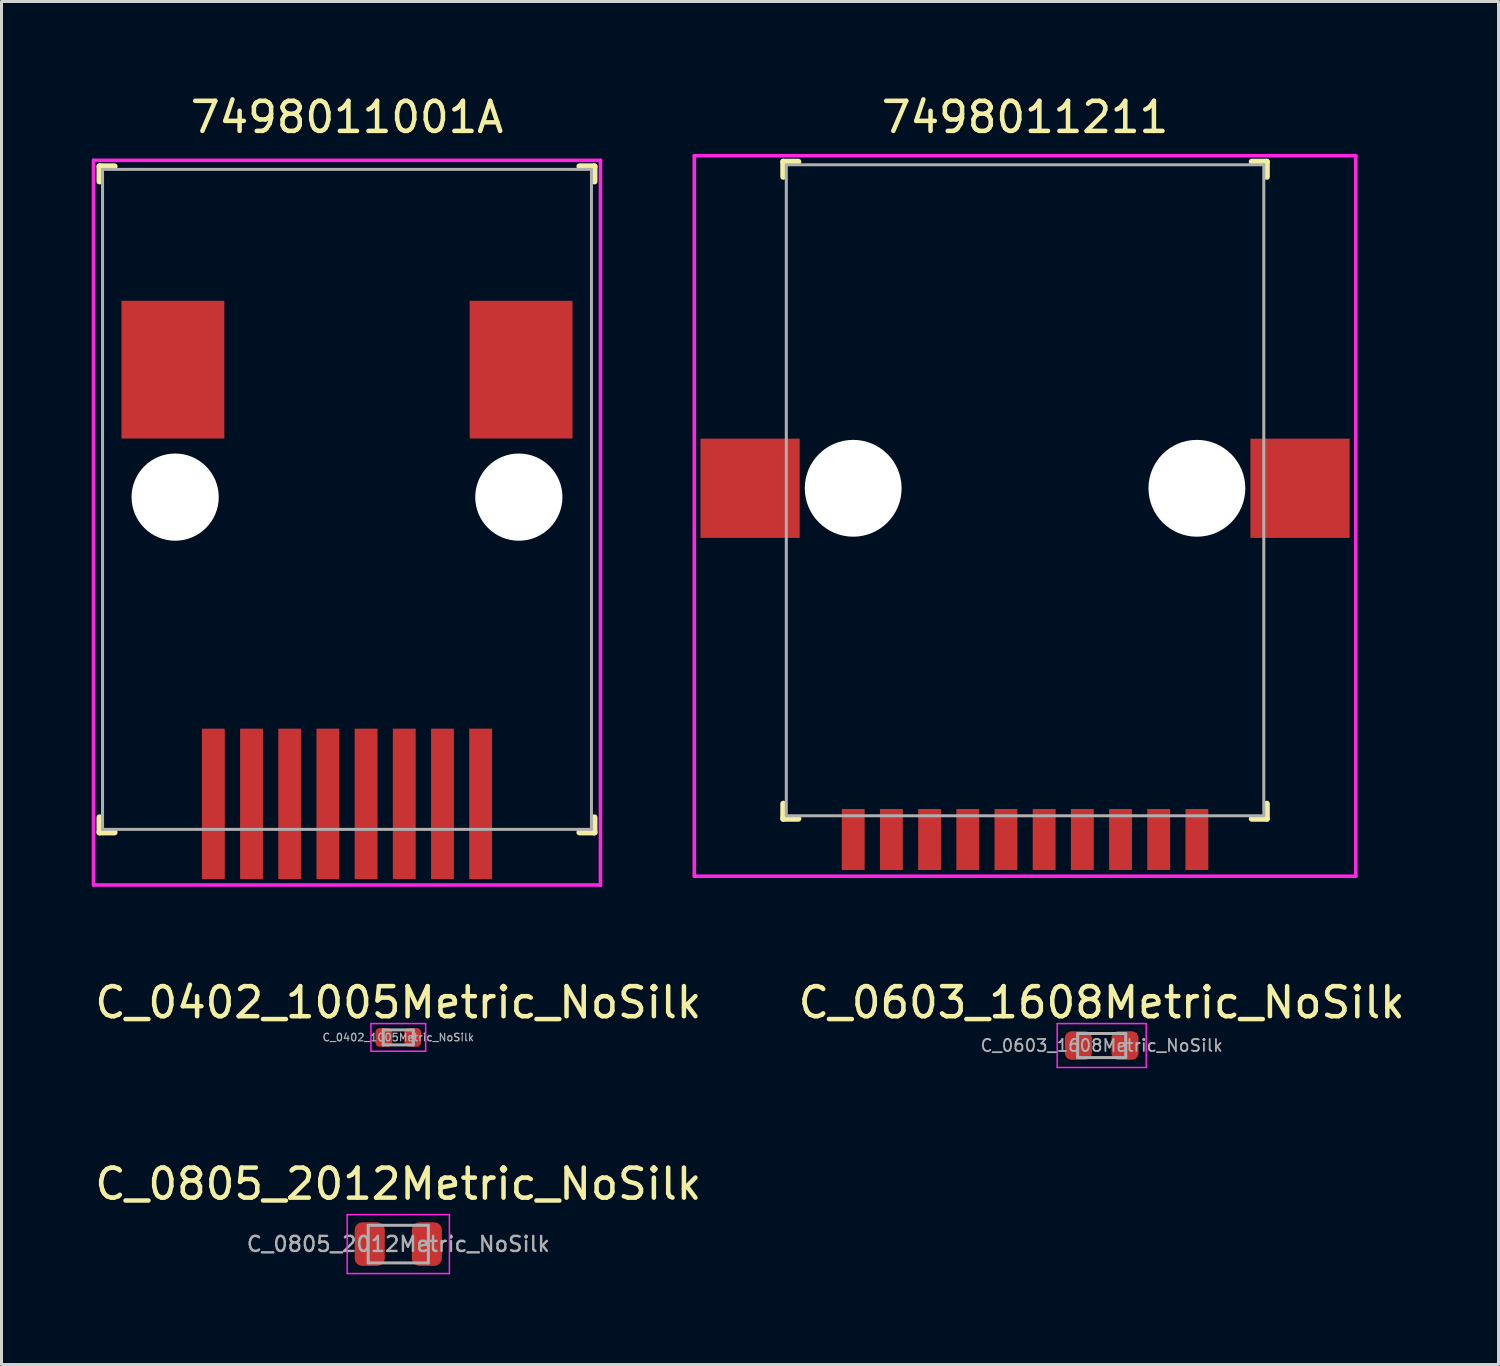
<source format=kicad_pcb>
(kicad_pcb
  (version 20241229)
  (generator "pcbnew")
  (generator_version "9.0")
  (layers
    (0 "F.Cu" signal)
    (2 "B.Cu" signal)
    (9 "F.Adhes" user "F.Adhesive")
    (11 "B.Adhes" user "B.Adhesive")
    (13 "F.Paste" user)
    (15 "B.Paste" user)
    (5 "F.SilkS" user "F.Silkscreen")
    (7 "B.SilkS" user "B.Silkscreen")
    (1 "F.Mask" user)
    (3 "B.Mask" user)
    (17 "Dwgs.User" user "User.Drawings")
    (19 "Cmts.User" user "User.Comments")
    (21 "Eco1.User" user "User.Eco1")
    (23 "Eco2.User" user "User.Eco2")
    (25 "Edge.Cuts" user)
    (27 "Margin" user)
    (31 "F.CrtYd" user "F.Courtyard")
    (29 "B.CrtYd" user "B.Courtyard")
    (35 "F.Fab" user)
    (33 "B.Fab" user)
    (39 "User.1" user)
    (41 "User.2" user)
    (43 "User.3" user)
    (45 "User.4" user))
  (footprint "C_0805_2012Metric_NoSilk"
    (layer "F.Cu")
    (at 10.196 38.325)
    (property "Reference" "C_0805_2012Metric_NoSilk" (at 0 -2 0) (layer "F.SilkS") (effects (font (size 1 1) (thickness 0.15))))
    (attr smd)
    (fp_line (start -1.7 -0.98) (end 1.7 -0.98) (stroke (width 0.05) (type solid)) (layer "F.CrtYd"))
    (fp_line (start -1.7 0.98) (end -1.7 -0.98) (stroke (width 0.05) (type solid)) (layer "F.CrtYd"))
    (fp_line (start 1.7 -0.98) (end 1.7 0.98) (stroke (width 0.05) (type solid)) (layer "F.CrtYd"))
    (fp_line (start 1.7 0.98) (end -1.7 0.98) (stroke (width 0.05) (type solid)) (layer "F.CrtYd"))
    (fp_line (start -1 -0.625) (end 1 -0.625) (stroke (width 0.1) (type solid)) (layer "F.Fab"))
    (fp_line (start -1 0.625) (end -1 -0.625) (stroke (width 0.1) (type solid)) (layer "F.Fab"))
    (fp_line (start 1 -0.625) (end 1 0.625) (stroke (width 0.1) (type solid)) (layer "F.Fab"))
    (fp_line (start 1 0.625) (end -1 0.625) (stroke (width 0.1) (type solid)) (layer "F.Fab"))
    (fp_text user "${REFERENCE}" (at 0 0 0) (layer "F.Fab") (effects (font (size 0.5 0.5) (thickness 0.08))))
    (pad "1" smd roundrect (at -0.95 0) (size 1 1.45) (layers "F.Cu" "F.Mask" "F.Paste") (roundrect_rratio 0.25))
    (pad "2" smd roundrect (at 0.95 0) (size 1 1.45) (layers "F.Cu" "F.Mask" "F.Paste") (roundrect_rratio 0.25)))
  (footprint "7498011211"
    (layer "F.Cu")
    (at 31.04 13.189)
    (property "Reference" "7498011211" (at 0 -12.341 0) (layer "F.SilkS") (effects (font (size 1 1) (thickness 0.15))))
    (attr through_hole)
    (fp_line (start -8.04 -10.36) (end -8.04 -10.86) (stroke (width 0.2) (type solid)) (layer "F.SilkS"))
    (fp_line (start -8.04 10.49) (end -8.04 10.99) (stroke (width 0.2) (type solid)) (layer "F.SilkS"))
    (fp_line (start -7.54 -10.86) (end -8.04 -10.86) (stroke (width 0.2) (type solid)) (layer "F.SilkS"))
    (fp_line (start -7.54 10.99) (end -8.04 10.99) (stroke (width 0.2) (type solid)) (layer "F.SilkS"))
    (fp_line (start 7.54 -10.86) (end 8.04 -10.86) (stroke (width 0.2) (type solid)) (layer "F.SilkS"))
    (fp_line (start 7.54 10.99) (end 8.04 10.99) (stroke (width 0.2) (type solid)) (layer "F.SilkS"))
    (fp_line (start 8.04 -10.36) (end 8.04 -10.86) (stroke (width 0.2) (type solid)) (layer "F.SilkS"))
    (fp_line (start 8.04 10.49) (end 8.04 10.99) (stroke (width 0.2) (type solid)) (layer "F.SilkS"))
    (fp_line (start -11 -11.06) (end -11 12.9) (stroke (width 0.12) (type solid)) (layer "F.CrtYd"))
    (fp_line (start -11 12.9) (end 11 12.9) (stroke (width 0.12) (type solid)) (layer "F.CrtYd"))
    (fp_line (start 11 -11.06) (end -11 -11.06) (stroke (width 0.12) (type solid)) (layer "F.CrtYd"))
    (fp_line (start 11 12.9) (end 11 -11.06) (stroke (width 0.12) (type solid)) (layer "F.CrtYd"))
    (fp_line (start -7.94 -10.76) (end -7.94 10.89) (stroke (width 0.1) (type solid)) (layer "F.Fab"))
    (fp_line (start -7.94 10.89) (end 7.94 10.89) (stroke (width 0.1) (type solid)) (layer "F.Fab"))
    (fp_line (start 7.94 -10.76) (end -7.94 -10.76) (stroke (width 0.1) (type solid)) (layer "F.Fab"))
    (fp_line (start 7.94 -10.76) (end 7.94 10.89) (stroke (width 0.1) (type solid)) (layer "F.Fab"))
    (pad "" np_thru_hole circle (at -5.715 0) (size 3.22 3.22) (drill 3.22) (layers "*.Cu" "*.Mask"))
    (pad "" np_thru_hole circle (at 5.715 0) (size 3.22 3.22) (drill 3.22) (layers "*.Cu" "*.Mask"))
    (pad "1" smd rect (at 5.715 11.68 90) (size 2.03 0.76) (layers "F.Cu" "F.Mask" "F.Paste"))
    (pad "2" smd rect (at 4.445 11.68 90) (size 2.03 0.76) (layers "F.Cu" "F.Mask" "F.Paste"))
    (pad "3" smd rect (at 3.175 11.68 90) (size 2.03 0.76) (layers "F.Cu" "F.Mask" "F.Paste"))
    (pad "4" smd rect (at 1.905 11.68 90) (size 2.03 0.76) (layers "F.Cu" "F.Mask" "F.Paste"))
    (pad "5" smd rect (at 0.635 11.68 90) (size 2.03 0.76) (layers "F.Cu" "F.Mask" "F.Paste"))
    (pad "6" smd rect (at -0.635 11.68 90) (size 2.03 0.76) (layers "F.Cu" "F.Mask" "F.Paste"))
    (pad "7" smd rect (at -1.905 11.68 90) (size 2.03 0.76) (layers "F.Cu" "F.Mask" "F.Paste"))
    (pad "8" smd rect (at -3.175 11.68 90) (size 2.03 0.76) (layers "F.Cu" "F.Mask" "F.Paste"))
    (pad "9" smd rect (at -4.445 11.68 90) (size 2.03 0.76) (layers "F.Cu" "F.Mask" "F.Paste"))
    (pad "10" smd rect (at -5.715 11.68 90) (size 2.03 0.76) (layers "F.Cu" "F.Mask" "F.Paste"))
    (pad "Z1" smd rect (at 9.145 0) (size 3.3 3.3) (layers "F.Cu" "F.Mask" "F.Paste"))
    (pad "Z2" smd rect (at -9.145 0) (size 3.3 3.3) (layers "F.Cu" "F.Mask" "F.Paste")))
  (footprint "C_0603_1608Metric_NoSilk"
    (layer "F.Cu")
    (at 33.589 31.721)
    (property "Reference" "C_0603_1608Metric_NoSilk" (at 0 -1.43 0) (layer "F.SilkS") (effects (font (size 1 1) (thickness 0.15))))
    (attr smd)
    (fp_line (start -1.48 -0.73) (end 1.48 -0.73) (stroke (width 0.05) (type solid)) (layer "F.CrtYd"))
    (fp_line (start -1.48 0.73) (end -1.48 -0.73) (stroke (width 0.05) (type solid)) (layer "F.CrtYd"))
    (fp_line (start 1.48 -0.73) (end 1.48 0.73) (stroke (width 0.05) (type solid)) (layer "F.CrtYd"))
    (fp_line (start 1.48 0.73) (end -1.48 0.73) (stroke (width 0.05) (type solid)) (layer "F.CrtYd"))
    (fp_line (start -0.8 -0.4) (end 0.8 -0.4) (stroke (width 0.1) (type solid)) (layer "F.Fab"))
    (fp_line (start -0.8 0.4) (end -0.8 -0.4) (stroke (width 0.1) (type solid)) (layer "F.Fab"))
    (fp_line (start 0.8 -0.4) (end 0.8 0.4) (stroke (width 0.1) (type solid)) (layer "F.Fab"))
    (fp_line (start 0.8 0.4) (end -0.8 0.4) (stroke (width 0.1) (type solid)) (layer "F.Fab"))
    (fp_text user "${REFERENCE}" (at 0 0 0) (layer "F.Fab") (effects (font (size 0.4 0.4) (thickness 0.06))))
    (pad "1" smd roundrect (at -0.775 0) (size 0.9 0.95) (layers "F.Cu" "F.Mask" "F.Paste") (roundrect_rratio 0.25))
    (pad "2" smd roundrect (at 0.775 0) (size 0.9 0.95) (layers "F.Cu" "F.Mask" "F.Paste") (roundrect_rratio 0.25)))
  (footprint "C_0402_1005Metric_NoSilk"
    (layer "F.Cu")
    (at 10.196 31.451)
    (property "Reference" "C_0402_1005Metric_NoSilk" (at 0 -1.16 0) (layer "F.SilkS") (effects (font (size 1 1) (thickness 0.15))))
    (attr smd)
    (fp_line (start -0.91 -0.46) (end 0.91 -0.46) (stroke (width 0.05) (type solid)) (layer "F.CrtYd"))
    (fp_line (start -0.91 0.46) (end -0.91 -0.46) (stroke (width 0.05) (type solid)) (layer "F.CrtYd"))
    (fp_line (start 0.91 -0.46) (end 0.91 0.46) (stroke (width 0.05) (type solid)) (layer "F.CrtYd"))
    (fp_line (start 0.91 0.46) (end -0.91 0.46) (stroke (width 0.05) (type solid)) (layer "F.CrtYd"))
    (fp_line (start -0.5 -0.25) (end 0.5 -0.25) (stroke (width 0.1) (type solid)) (layer "F.Fab"))
    (fp_line (start -0.5 0.25) (end -0.5 -0.25) (stroke (width 0.1) (type solid)) (layer "F.Fab"))
    (fp_line (start 0.5 -0.25) (end 0.5 0.25) (stroke (width 0.1) (type solid)) (layer "F.Fab"))
    (fp_line (start 0.5 0.25) (end -0.5 0.25) (stroke (width 0.1) (type solid)) (layer "F.Fab"))
    (fp_text user "${REFERENCE}" (at 0 0 0) (layer "F.Fab") (effects (font (size 0.25 0.25) (thickness 0.04))))
    (pad "1" smd roundrect (at -0.48 0) (size 0.56 0.62) (layers "F.Cu" "F.Mask" "F.Paste") (roundrect_rratio 0.25))
    (pad "2" smd roundrect (at 0.48 0) (size 0.56 0.62) (layers "F.Cu" "F.Mask" "F.Paste") (roundrect_rratio 0.25)))
  (footprint "7498011001A"
    (layer "F.Cu")
    (at 8.49 13.483)
    (property "Reference" "7498011001A" (at 0 -12.635 0) (layer "F.SilkS") (effects (font (size 1 1) (thickness 0.15))))
    (attr through_hole)
    (fp_line (start -8.23 -10.5) (end -8.23 -11) (stroke (width 0.2) (type solid)) (layer "F.SilkS"))
    (fp_line (start -8.23 10.65) (end -8.23 11.15) (stroke (width 0.2) (type solid)) (layer "F.SilkS"))
    (fp_line (start -7.73 -11) (end -8.23 -11) (stroke (width 0.2) (type solid)) (layer "F.SilkS"))
    (fp_line (start -7.73 11.15) (end -8.23 11.15) (stroke (width 0.2) (type solid)) (layer "F.SilkS"))
    (fp_line (start 7.73 -11) (end 8.23 -11) (stroke (width 0.2) (type solid)) (layer "F.SilkS"))
    (fp_line (start 7.73 11.15) (end 8.23 11.15) (stroke (width 0.2) (type solid)) (layer "F.SilkS"))
    (fp_line (start 8.23 -10.5) (end 8.23 -11) (stroke (width 0.2) (type solid)) (layer "F.SilkS"))
    (fp_line (start 8.23 10.65) (end 8.23 11.15) (stroke (width 0.2) (type solid)) (layer "F.SilkS"))
    (fp_line (start -8.43 -11.2) (end -8.43 12.9) (stroke (width 0.12) (type solid)) (layer "F.CrtYd"))
    (fp_line (start -8.43 12.9) (end 8.43 12.9) (stroke (width 0.12) (type solid)) (layer "F.CrtYd"))
    (fp_line (start 8.43 -11.2) (end -8.43 -11.2) (stroke (width 0.12) (type solid)) (layer "F.CrtYd"))
    (fp_line (start 8.43 12.9) (end 8.43 -11.2) (stroke (width 0.12) (type solid)) (layer "F.CrtYd"))
    (fp_line (start -8.13 -10.9) (end -8.13 11.05) (stroke (width 0.1) (type solid)) (layer "F.Fab"))
    (fp_line (start -8.13 11.05) (end 8.13 11.05) (stroke (width 0.1) (type solid)) (layer "F.Fab"))
    (fp_line (start 8.13 -10.9) (end -8.13 -10.9) (stroke (width 0.1) (type solid)) (layer "F.Fab"))
    (fp_line (start 8.13 11.05) (end 8.13 -10.9) (stroke (width 0.1) (type solid)) (layer "F.Fab"))
    (pad "" np_thru_hole circle (at -5.715 0) (size 2.9 2.9) (drill 2.9) (layers "*.Cu" "*.Mask"))
    (pad "" np_thru_hole circle (at 5.715 0) (size 2.9 2.9) (drill 2.9) (layers "*.Cu" "*.Mask"))
    (pad "1" smd rect (at 4.445 10.2 90) (size 5 0.76) (layers "F.Cu" "F.Mask" "F.Paste"))
    (pad "2" smd rect (at 3.175 10.2 90) (size 5 0.76) (layers "F.Cu" "F.Mask" "F.Paste"))
    (pad "3" smd rect (at 1.905 10.2 90) (size 5 0.76) (layers "F.Cu" "F.Mask" "F.Paste"))
    (pad "4" smd rect (at 0.635 10.2 90) (size 5 0.76) (layers "F.Cu" "F.Mask" "F.Paste"))
    (pad "5" smd rect (at -0.635 10.2 90) (size 5 0.76) (layers "F.Cu" "F.Mask" "F.Paste"))
    (pad "6" smd rect (at -1.905 10.2 90) (size 5 0.76) (layers "F.Cu" "F.Mask" "F.Paste"))
    (pad "7" smd rect (at -3.175 10.2 90) (size 5 0.76) (layers "F.Cu" "F.Mask" "F.Paste"))
    (pad "8" smd rect (at -4.445 10.2 90) (size 5 0.76) (layers "F.Cu" "F.Mask" "F.Paste"))
    (pad "Z1" smd rect (at 5.79 -4.24 90) (size 4.58 3.42) (layers "F.Cu" "F.Mask" "F.Paste"))
    (pad "Z2" smd rect (at -5.79 -4.24 90) (size 4.58 3.42) (layers "F.Cu" "F.Mask" "F.Paste")))
  (gr_rect
    (start -3 -3)
    (end 46.786 42.33)
    (stroke (width 0.1) (type default))
    (fill no)
    (layer "Edge.Cuts")))
</source>
